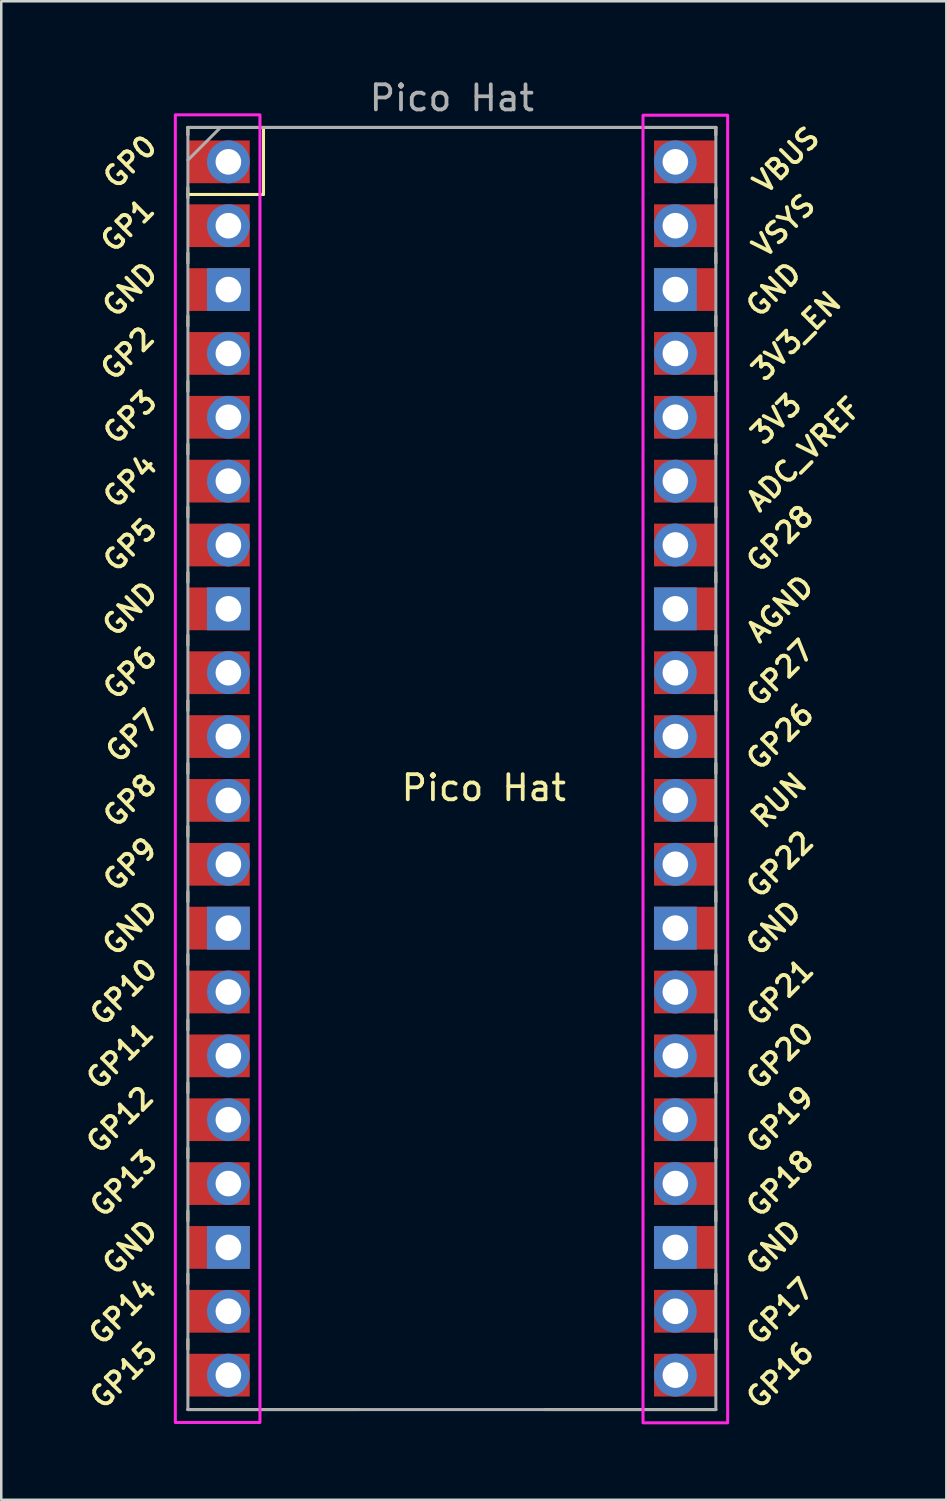
<source format=kicad_pcb>
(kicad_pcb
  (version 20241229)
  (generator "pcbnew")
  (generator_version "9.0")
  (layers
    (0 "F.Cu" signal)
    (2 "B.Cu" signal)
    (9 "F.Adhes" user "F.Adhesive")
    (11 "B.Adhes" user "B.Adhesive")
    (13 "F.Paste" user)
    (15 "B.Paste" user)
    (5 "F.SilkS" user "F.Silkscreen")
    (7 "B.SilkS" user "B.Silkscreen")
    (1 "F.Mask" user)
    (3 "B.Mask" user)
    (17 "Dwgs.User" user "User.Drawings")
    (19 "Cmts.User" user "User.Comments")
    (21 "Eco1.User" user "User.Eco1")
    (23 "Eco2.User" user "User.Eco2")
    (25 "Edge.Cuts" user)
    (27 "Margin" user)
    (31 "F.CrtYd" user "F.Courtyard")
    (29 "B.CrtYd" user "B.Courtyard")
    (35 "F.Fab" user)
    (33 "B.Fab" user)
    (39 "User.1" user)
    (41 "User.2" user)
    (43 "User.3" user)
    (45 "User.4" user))
  (footprint "Pico Hat"
    (layer "F.Cu")
    (at 16.194 28.788)
    (property "Reference" "Pico Hat" (at 0 -0.5 0) (unlocked yes) (layer "F.SilkS") (effects (font (size 1 1) (thickness 0.15))))
    (attr through_hole)
    (fp_line (start -11.77 -26.77) (end -11.77 -26.47) (stroke (width 0.12) (type solid)) (layer "F.SilkS"))
    (fp_line (start -11.77 -26.77) (end 9.23 -26.77) (stroke (width 0.12) (type solid)) (layer "F.SilkS"))
    (fp_line (start -11.77 -24.37) (end -11.77 -23.97) (stroke (width 0.12) (type solid)) (layer "F.SilkS"))
    (fp_line (start -11.77 -24.103) (end -8.763 -24.103) (stroke (width 0.12) (type solid)) (layer "F.SilkS"))
    (fp_line (start -11.77 -21.77) (end -11.77 -21.37) (stroke (width 0.12) (type solid)) (layer "F.SilkS"))
    (fp_line (start -11.77 -19.27) (end -11.77 -18.87) (stroke (width 0.12) (type solid)) (layer "F.SilkS"))
    (fp_line (start -11.77 -16.67) (end -11.77 -16.27) (stroke (width 0.12) (type solid)) (layer "F.SilkS"))
    (fp_line (start -11.77 -14.17) (end -11.77 -13.77) (stroke (width 0.12) (type solid)) (layer "F.SilkS"))
    (fp_line (start -11.77 -11.67) (end -11.77 -11.27) (stroke (width 0.12) (type solid)) (layer "F.SilkS"))
    (fp_line (start -11.77 -9.07) (end -11.77 -8.67) (stroke (width 0.12) (type solid)) (layer "F.SilkS"))
    (fp_line (start -11.77 -6.57) (end -11.77 -6.17) (stroke (width 0.12) (type solid)) (layer "F.SilkS"))
    (fp_line (start -11.77 -3.97) (end -11.77 -3.57) (stroke (width 0.12) (type solid)) (layer "F.SilkS"))
    (fp_line (start -11.77 -1.47) (end -11.77 -1.07) (stroke (width 0.12) (type solid)) (layer "F.SilkS"))
    (fp_line (start -11.77 1.03) (end -11.77 1.43) (stroke (width 0.12) (type solid)) (layer "F.SilkS"))
    (fp_line (start -11.77 3.63) (end -11.77 4.03) (stroke (width 0.12) (type solid)) (layer "F.SilkS"))
    (fp_line (start -11.77 6.13) (end -11.77 6.53) (stroke (width 0.12) (type solid)) (layer "F.SilkS"))
    (fp_line (start -11.77 8.73) (end -11.77 9.13) (stroke (width 0.12) (type solid)) (layer "F.SilkS"))
    (fp_line (start -11.77 11.23) (end -11.77 11.63) (stroke (width 0.12) (type solid)) (layer "F.SilkS"))
    (fp_line (start -11.77 13.83) (end -11.77 14.23) (stroke (width 0.12) (type solid)) (layer "F.SilkS"))
    (fp_line (start -11.77 16.33) (end -11.77 16.73) (stroke (width 0.12) (type solid)) (layer "F.SilkS"))
    (fp_line (start -11.77 18.83) (end -11.77 19.23) (stroke (width 0.12) (type solid)) (layer "F.SilkS"))
    (fp_line (start -11.77 21.43) (end -11.77 21.83) (stroke (width 0.12) (type solid)) (layer "F.SilkS"))
    (fp_line (start -8.763 -24.103) (end -8.763 -26.77) (stroke (width 0.12) (type solid)) (layer "F.SilkS"))
    (fp_line (start -4.97 24.23) (end -11.77 24.23) (stroke (width 0.12) (type solid)) (layer "F.SilkS"))
    (fp_line (start 9.23 -26.77) (end 9.23 -26.47) (stroke (width 0.12) (type solid)) (layer "F.SilkS"))
    (fp_line (start 9.23 -24.37) (end 9.23 -23.97) (stroke (width 0.12) (type solid)) (layer "F.SilkS"))
    (fp_line (start 9.23 -21.77) (end 9.23 -21.37) (stroke (width 0.12) (type solid)) (layer "F.SilkS"))
    (fp_line (start 9.23 -19.27) (end 9.23 -18.87) (stroke (width 0.12) (type solid)) (layer "F.SilkS"))
    (fp_line (start 9.23 -16.67) (end 9.23 -16.27) (stroke (width 0.12) (type solid)) (layer "F.SilkS"))
    (fp_line (start 9.23 -14.17) (end 9.23 -13.77) (stroke (width 0.12) (type solid)) (layer "F.SilkS"))
    (fp_line (start 9.23 -11.67) (end 9.23 -11.27) (stroke (width 0.12) (type solid)) (layer "F.SilkS"))
    (fp_line (start 9.23 -9.07) (end 9.23 -8.67) (stroke (width 0.12) (type solid)) (layer "F.SilkS"))
    (fp_line (start 9.23 -6.57) (end 9.23 -6.17) (stroke (width 0.12) (type solid)) (layer "F.SilkS"))
    (fp_line (start 9.23 -3.97) (end 9.23 -3.57) (stroke (width 0.12) (type solid)) (layer "F.SilkS"))
    (fp_line (start 9.23 -1.47) (end 9.23 -1.07) (stroke (width 0.12) (type solid)) (layer "F.SilkS"))
    (fp_line (start 9.23 1.03) (end 9.23 1.43) (stroke (width 0.12) (type solid)) (layer "F.SilkS"))
    (fp_line (start 9.23 3.63) (end 9.23 4.03) (stroke (width 0.12) (type solid)) (layer "F.SilkS"))
    (fp_line (start 9.23 6.13) (end 9.23 6.53) (stroke (width 0.12) (type solid)) (layer "F.SilkS"))
    (fp_line (start 9.23 8.73) (end 9.23 9.13) (stroke (width 0.12) (type solid)) (layer "F.SilkS"))
    (fp_line (start 9.23 11.23) (end 9.23 11.63) (stroke (width 0.12) (type solid)) (layer "F.SilkS"))
    (fp_line (start 9.23 13.83) (end 9.23 14.23) (stroke (width 0.12) (type solid)) (layer "F.SilkS"))
    (fp_line (start 9.23 16.33) (end 9.23 16.73) (stroke (width 0.12) (type solid)) (layer "F.SilkS"))
    (fp_line (start 9.23 18.83) (end 9.23 19.23) (stroke (width 0.12) (type solid)) (layer "F.SilkS"))
    (fp_line (start 9.23 21.43) (end 9.23 21.83) (stroke (width 0.12) (type solid)) (layer "F.SilkS"))
    (fp_line (start 9.23 24.23) (end 2.43 24.23) (stroke (width 0.12) (type solid)) (layer "F.SilkS"))
    (fp_rect (start -12.27 -27.27) (end -8.904 24.744) (stroke (width 0.12) (type solid)) (fill no) (layer "F.CrtYd"))
    (fp_rect (start 6.333 -27.256) (end 9.699 24.758) (stroke (width 0.12) (type solid)) (fill no) (layer "F.CrtYd"))
    (fp_line (start -11.77 -26.77) (end 9.23 -26.77) (stroke (width 0.12) (type solid)) (layer "F.Fab"))
    (fp_line (start -11.77 -25.47) (end -10.47 -26.77) (stroke (width 0.12) (type solid)) (layer "F.Fab"))
    (fp_line (start -11.77 24.23) (end -11.77 -26.77) (stroke (width 0.12) (type solid)) (layer "F.Fab"))
    (fp_line (start 9.23 -26.77) (end 9.23 24.23) (stroke (width 0.12) (type solid)) (layer "F.Fab"))
    (fp_line (start 9.23 24.23) (end -11.77 24.23) (stroke (width 0.12) (type solid)) (layer "F.Fab"))
    (fp_text user "GP8" (at -14.07 0 45) (layer "F.SilkS") (effects (font (size 0.8 0.8) (thickness 0.15))))
    (fp_text user "GP13" (at -14.324 15.24 45) (layer "F.SilkS") (effects (font (size 0.8 0.8) (thickness 0.15))))
    (fp_text user "GP2" (at -14.17 -17.78 45) (layer "F.SilkS") (effects (font (size 0.8 0.8) (thickness 0.15))))
    (fp_text user "GND" (at 11.53 17.78 45) (layer "F.SilkS") (effects (font (size 0.8 0.8) (thickness 0.15))))
    (fp_text user "GND" (at -14.07 5.08 45) (layer "F.SilkS") (effects (font (size 0.8 0.8) (thickness 0.15))))
    (fp_text user "GND" (at -14.07 -7.62 45) (layer "F.SilkS") (effects (font (size 0.8 0.8) (thickness 0.15))))
    (fp_text user "GND" (at 11.53 5.08 45) (layer "F.SilkS") (effects (font (size 0.8 0.8) (thickness 0.15))))
    (fp_text user "GP5" (at -14.07 -10.16 45) (layer "F.SilkS") (effects (font (size 0.8 0.8) (thickness 0.15))))
    (fp_text user "GP1" (at -14.17 -22.87 45) (layer "F.SilkS") (effects (font (size 0.8 0.8) (thickness 0.15))))
    (fp_text user "GP26" (at 11.784 -2.54 45) (layer "F.SilkS") (effects (font (size 0.8 0.8) (thickness 0.15))))
    (fp_text user "VBUS" (at 12.03 -25.47 45) (layer "F.SilkS") (effects (font (size 0.8 0.8) (thickness 0.15))))
    (fp_text user "GND" (at 11.53 -20.32 45) (layer "F.SilkS") (effects (font (size 0.8 0.8) (thickness 0.15))))
    (fp_text user "GP12" (at -14.47 12.7 45) (layer "F.SilkS") (effects (font (size 0.8 0.8) (thickness 0.15))))
    (fp_text user "RUN" (at 11.73 0 45) (layer "F.SilkS") (effects (font (size 0.8 0.8) (thickness 0.15))))
    (fp_text user "GP3" (at -14.07 -15.24 45) (layer "F.SilkS") (effects (font (size 0.8 0.8) (thickness 0.15))))
    (fp_text user "GP27" (at 11.784 -5.07 45) (layer "F.SilkS") (effects (font (size 0.8 0.8) (thickness 0.15))))
    (fp_text user "3V3" (at 11.63 -15.17 45) (layer "F.SilkS") (effects (font (size 0.8 0.8) (thickness 0.15))))
    (fp_text user "GP17" (at 11.784 20.32 45) (layer "F.SilkS") (effects (font (size 0.8 0.8) (thickness 0.15))))
    (fp_text user "GP21" (at 11.784 7.63 45) (layer "F.SilkS") (effects (font (size 0.8 0.8) (thickness 0.15))))
    (fp_text user "GP14" (at -14.37 20.32 45) (layer "F.SilkS") (effects (font (size 0.8 0.8) (thickness 0.15))))
    (fp_text user "GP22" (at 11.784 2.54 45) (layer "F.SilkS") (effects (font (size 0.8 0.8) (thickness 0.15))))
    (fp_text user "GND" (at -14.07 17.78 45) (layer "F.SilkS") (effects (font (size 0.8 0.8) (thickness 0.15))))
    (fp_text user "3V3_EN" (at 12.43 -18.47 45) (layer "F.SilkS") (effects (font (size 0.8 0.8) (thickness 0.15))))
    (fp_text user "GP15" (at -14.324 22.86 45) (layer "F.SilkS") (effects (font (size 0.8 0.8) (thickness 0.15))))
    (fp_text user "GP20" (at 11.784 10.16 45) (layer "F.SilkS") (effects (font (size 0.8 0.8) (thickness 0.15))))
    (fp_text user "GP19" (at 11.784 12.7 45) (layer "F.SilkS") (effects (font (size 0.8 0.8) (thickness 0.15))))
    (fp_text user "GP0" (at -14.07 -25.4 45) (layer "F.SilkS") (effects (font (size 0.8 0.8) (thickness 0.15))))
    (fp_text user "GP7" (at -13.97 -2.57 45) (layer "F.SilkS") (effects (font (size 0.8 0.8) (thickness 0.15))))
    (fp_text user "GP10" (at -14.324 7.62 45) (layer "F.SilkS") (effects (font (size 0.8 0.8) (thickness 0.15))))
    (fp_text user "ADC_VREF" (at 12.73 -13.77 45) (layer "F.SilkS") (effects (font (size 0.8 0.8) (thickness 0.15))))
    (fp_text user "GP4" (at -14.07 -12.7 45) (layer "F.SilkS") (effects (font (size 0.8 0.8) (thickness 0.15))))
    (fp_text user "GP9" (at -14.07 2.54 45) (layer "F.SilkS") (effects (font (size 0.8 0.8) (thickness 0.15))))
    (fp_text user "GP11" (at -14.47 10.16 45) (layer "F.SilkS") (effects (font (size 0.8 0.8) (thickness 0.15))))
    (fp_text user "GND" (at -14.07 -20.32 45) (layer "F.SilkS") (effects (font (size 0.8 0.8) (thickness 0.15))))
    (fp_text user "GP6" (at -14.07 -5.08 45) (layer "F.SilkS") (effects (font (size 0.8 0.8) (thickness 0.15))))
    (fp_text user "GP16" (at 11.784 22.86 45) (layer "F.SilkS") (effects (font (size 0.8 0.8) (thickness 0.15))))
    (fp_text user "VSYS" (at 11.93 -22.86 45) (layer "F.SilkS") (effects (font (size 0.8 0.8) (thickness 0.15))))
    (fp_text user "AGND" (at 11.784 -7.62 45) (layer "F.SilkS") (effects (font (size 0.8 0.8) (thickness 0.15))))
    (fp_text user "GP18" (at 11.784 15.24 45) (layer "F.SilkS") (effects (font (size 0.8 0.8) (thickness 0.15))))
    (fp_text user "GP28" (at 11.784 -10.414 45) (layer "F.SilkS") (effects (font (size 0.8 0.8) (thickness 0.15))))
    (fp_text user "${REFERENCE}" (at -1.27 -27.94 180) (layer "F.Fab") (effects (font (size 1 1) (thickness 0.15))))
    (pad "1" thru_hole oval (at -10.16 -25.4) (size 1.7 1.7) (drill 1.02) (layers "*.Cu" "*.Mask"))
    (pad "1" smd rect (at -10.16 -25.4) (size 2.5 1.7) (drill (offset -0.4 0.000033)) (layers "F.Cu" "F.Mask"))
    (pad "2" thru_hole oval (at -10.16 -22.86) (size 1.7 1.7) (drill 1.02) (layers "*.Cu" "*.Mask"))
    (pad "2" smd rect (at -10.16 -22.86) (size 2.5 1.7) (drill (offset -0.4 0)) (layers "F.Cu" "F.Mask"))
    (pad "3" thru_hole rect (at -10.16 -20.32) (size 1.7 1.7) (drill 1.02) (layers "*.Cu" "*.Mask"))
    (pad "3" smd rect (at -10.16 -20.32) (size 2.5 1.7) (drill (offset -0.4 0)) (layers "F.Cu" "F.Mask"))
    (pad "4" thru_hole oval (at -10.16 -17.78) (size 1.7 1.7) (drill 1.02) (layers "*.Cu" "*.Mask"))
    (pad "4" smd rect (at -10.16 -17.78) (size 2.5 1.7) (drill (offset -0.4 0)) (layers "F.Cu" "F.Mask"))
    (pad "5" thru_hole oval (at -10.16 -15.24) (size 1.7 1.7) (drill 1.02) (layers "*.Cu" "*.Mask"))
    (pad "5" smd rect (at -10.16 -15.24) (size 2.5 1.7) (drill (offset -0.4 0)) (layers "F.Cu" "F.Mask"))
    (pad "6" thru_hole oval (at -10.16 -12.7) (size 1.7 1.7) (drill 1.02) (layers "*.Cu" "*.Mask"))
    (pad "6" smd rect (at -10.16 -12.7) (size 2.5 1.7) (drill (offset -0.4 0)) (layers "F.Cu" "F.Mask"))
    (pad "7" thru_hole oval (at -10.16 -10.16) (size 1.7 1.7) (drill 1.02) (layers "*.Cu" "*.Mask"))
    (pad "7" smd rect (at -10.16 -10.16) (size 2.5 1.7) (drill (offset -0.4 0)) (layers "F.Cu" "F.Mask"))
    (pad "8" thru_hole rect (at -10.16 -7.62) (size 1.7 1.7) (drill 1.02) (layers "*.Cu" "*.Mask"))
    (pad "8" smd rect (at -10.16 -7.62) (size 2.5 1.7) (drill (offset -0.4 0)) (layers "F.Cu" "F.Mask"))
    (pad "9" thru_hole oval (at -10.16 -5.08) (size 1.7 1.7) (drill 1.02) (layers "*.Cu" "*.Mask"))
    (pad "9" smd rect (at -10.16 -5.08) (size 2.5 1.7) (drill (offset -0.4 0)) (layers "F.Cu" "F.Mask"))
    (pad "10" thru_hole oval (at -10.16 -2.54) (size 1.7 1.7) (drill 1.02) (layers "*.Cu" "*.Mask"))
    (pad "10" smd rect (at -10.16 -2.54) (size 2.5 1.7) (drill (offset -0.4 0)) (layers "F.Cu" "F.Mask"))
    (pad "11" thru_hole oval (at -10.16 0) (size 1.7 1.7) (drill 1.02) (layers "*.Cu" "*.Mask"))
    (pad "11" smd rect (at -10.16 0) (size 2.5 1.7) (drill (offset -0.4 0)) (layers "F.Cu" "F.Mask"))
    (pad "12" thru_hole oval (at -10.16 2.54) (size 1.7 1.7) (drill 1.02) (layers "*.Cu" "*.Mask"))
    (pad "12" smd rect (at -10.16 2.54) (size 2.5 1.7) (drill (offset -0.4 0)) (layers "F.Cu" "F.Mask"))
    (pad "13" thru_hole rect (at -10.16 5.08) (size 1.7 1.7) (drill 1.02) (layers "*.Cu" "*.Mask"))
    (pad "13" smd rect (at -10.16 5.08) (size 2.5 1.7) (drill (offset -0.4 0)) (layers "F.Cu" "F.Mask"))
    (pad "14" thru_hole oval (at -10.16 7.62) (size 1.7 1.7) (drill 1.02) (layers "*.Cu" "*.Mask"))
    (pad "14" smd rect (at -10.16 7.62) (size 2.5 1.7) (drill (offset -0.4 0)) (layers "F.Cu" "F.Mask"))
    (pad "15" thru_hole oval (at -10.16 10.16) (size 1.7 1.7) (drill 1.02) (layers "*.Cu" "*.Mask"))
    (pad "15" smd rect (at -10.16 10.16) (size 2.5 1.7) (drill (offset -0.4 0)) (layers "F.Cu" "F.Mask"))
    (pad "16" thru_hole oval (at -10.16 12.7) (size 1.7 1.7) (drill 1.02) (layers "*.Cu" "*.Mask"))
    (pad "16" smd rect (at -10.16 12.7) (size 2.5 1.7) (drill (offset -0.4 0)) (layers "F.Cu" "F.Mask"))
    (pad "17" thru_hole oval (at -10.16 15.24) (size 1.7 1.7) (drill 1.02) (layers "*.Cu" "*.Mask"))
    (pad "17" smd rect (at -10.16 15.24) (size 2.5 1.7) (drill (offset -0.4 0)) (layers "F.Cu" "F.Mask"))
    (pad "18" thru_hole rect (at -10.16 17.78) (size 1.7 1.7) (drill 1.02) (layers "*.Cu" "*.Mask"))
    (pad "18" smd rect (at -10.16 17.78) (size 2.5 1.7) (drill (offset -0.4 0)) (layers "F.Cu" "F.Mask"))
    (pad "19" thru_hole oval (at -10.16 20.32) (size 1.7 1.7) (drill 1.02) (layers "*.Cu" "*.Mask"))
    (pad "19" smd rect (at -10.16 20.32) (size 2.5 1.7) (drill (offset -0.4 0)) (layers "F.Cu" "F.Mask"))
    (pad "20" thru_hole oval (at -10.16 22.86) (size 1.7 1.7) (drill 1.02) (layers "*.Cu" "*.Mask"))
    (pad "20" smd rect (at -10.16 22.86) (size 2.5 1.7) (drill (offset -0.4 0)) (layers "F.Cu" "F.Mask"))
    (pad "21" thru_hole oval (at 7.62 22.86) (size 1.7 1.7) (drill 1.02) (layers "*.Cu" "*.Mask"))
    (pad "21" smd rect (at 7.62 22.86) (size 2.5 1.7) (drill (offset 0.4 0)) (layers "F.Cu" "F.Mask"))
    (pad "22" thru_hole oval (at 7.62 20.32) (size 1.7 1.7) (drill 1.02) (layers "*.Cu" "*.Mask"))
    (pad "22" smd rect (at 7.62 20.32) (size 2.5 1.7) (drill (offset 0.4 0)) (layers "F.Cu" "F.Mask"))
    (pad "23" thru_hole rect (at 7.62 17.78) (size 1.7 1.7) (drill 1.02) (layers "*.Cu" "*.Mask"))
    (pad "23" smd rect (at 7.62 17.78) (size 2.5 1.7) (drill (offset 0.4 0)) (layers "F.Cu" "F.Mask"))
    (pad "24" thru_hole oval (at 7.62 15.24) (size 1.7 1.7) (drill 1.02) (layers "*.Cu" "*.Mask"))
    (pad "24" smd rect (at 7.62 15.24) (size 2.5 1.7) (drill (offset 0.4 0)) (layers "F.Cu" "F.Mask"))
    (pad "25" thru_hole oval (at 7.62 12.7) (size 1.7 1.7) (drill 1.02) (layers "*.Cu" "*.Mask"))
    (pad "25" smd rect (at 7.62 12.7) (size 2.5 1.7) (drill (offset 0.4 0)) (layers "F.Cu" "F.Mask"))
    (pad "26" thru_hole oval (at 7.62 10.16) (size 1.7 1.7) (drill 1.02) (layers "*.Cu" "*.Mask"))
    (pad "26" smd rect (at 7.62 10.16) (size 2.5 1.7) (drill (offset 0.4 0)) (layers "F.Cu" "F.Mask"))
    (pad "27" thru_hole oval (at 7.62 7.62) (size 1.7 1.7) (drill 1.02) (layers "*.Cu" "*.Mask"))
    (pad "27" smd rect (at 7.62 7.62) (size 2.5 1.7) (drill (offset 0.4 0)) (layers "F.Cu" "F.Mask"))
    (pad "28" thru_hole rect (at 7.62 5.08) (size 1.7 1.7) (drill 1.02) (layers "*.Cu" "*.Mask"))
    (pad "28" smd rect (at 7.62 5.08) (size 2.5 1.7) (drill (offset 0.4 0)) (layers "F.Cu" "F.Mask"))
    (pad "29" thru_hole oval (at 7.62 2.54) (size 1.7 1.7) (drill 1.02) (layers "*.Cu" "*.Mask"))
    (pad "29" smd rect (at 7.62 2.54) (size 2.5 1.7) (drill (offset 0.4 0)) (layers "F.Cu" "F.Mask"))
    (pad "30" thru_hole oval (at 7.62 0) (size 1.7 1.7) (drill 1.02) (layers "*.Cu" "*.Mask"))
    (pad "30" smd rect (at 7.62 0) (size 2.5 1.7) (drill (offset 0.4 0)) (layers "F.Cu" "F.Mask"))
    (pad "31" thru_hole oval (at 7.62 -2.54) (size 1.7 1.7) (drill 1.02) (layers "*.Cu" "*.Mask"))
    (pad "31" smd rect (at 7.62 -2.54) (size 2.5 1.7) (drill (offset 0.4 0)) (layers "F.Cu" "F.Mask"))
    (pad "32" thru_hole oval (at 7.62 -5.08) (size 1.7 1.7) (drill 1.02) (layers "*.Cu" "*.Mask"))
    (pad "32" smd rect (at 7.62 -5.08) (size 2.5 1.7) (drill (offset 0.4 0)) (layers "F.Cu" "F.Mask"))
    (pad "33" thru_hole rect (at 7.62 -7.62) (size 1.7 1.7) (drill 1.02) (layers "*.Cu" "*.Mask"))
    (pad "33" smd rect (at 7.62 -7.62) (size 2.5 1.7) (drill (offset 0.4 0)) (layers "F.Cu" "F.Mask"))
    (pad "34" thru_hole oval (at 7.62 -10.16) (size 1.7 1.7) (drill 1.02) (layers "*.Cu" "*.Mask"))
    (pad "34" smd rect (at 7.62 -10.16) (size 2.5 1.7) (drill (offset 0.4 0)) (layers "F.Cu" "F.Mask"))
    (pad "35" thru_hole oval (at 7.62 -12.7) (size 1.7 1.7) (drill 1.02) (layers "*.Cu" "*.Mask"))
    (pad "35" smd rect (at 7.62 -12.7) (size 2.5 1.7) (drill (offset 0.4 0)) (layers "F.Cu" "F.Mask"))
    (pad "36" thru_hole oval (at 7.62 -15.24) (size 1.7 1.7) (drill 1.02) (layers "*.Cu" "*.Mask"))
    (pad "36" smd rect (at 7.62 -15.24) (size 2.5 1.7) (drill (offset 0.4 0)) (layers "F.Cu" "F.Mask"))
    (pad "37" thru_hole oval (at 7.62 -17.78) (size 1.7 1.7) (drill 1.02) (layers "*.Cu" "*.Mask"))
    (pad "37" smd rect (at 7.62 -17.78) (size 2.5 1.7) (drill (offset 0.4 0)) (layers "F.Cu" "F.Mask"))
    (pad "38" thru_hole rect (at 7.62 -20.32) (size 1.7 1.7) (drill 1.02) (layers "*.Cu" "*.Mask"))
    (pad "38" smd rect (at 7.62 -20.32) (size 2.5 1.7) (drill (offset 0.4 0)) (layers "F.Cu" "F.Mask"))
    (pad "39" thru_hole oval (at 7.62 -22.86) (size 1.7 1.7) (drill 1.02) (layers "*.Cu" "*.Mask"))
    (pad "39" smd rect (at 7.62 -22.86) (size 2.5 1.7) (drill (offset 0.4 0)) (layers "F.Cu" "F.Mask"))
    (pad "40" thru_hole oval (at 7.62 -25.4) (size 1.7 1.7) (drill 1.02) (layers "*.Cu" "*.Mask"))
    (pad "40" smd rect (at 7.62 -25.4) (size 2.5 1.7) (drill (offset 0.4 0)) (layers "F.Cu" "F.Mask")))
  (gr_rect
    (start -3 -3)
    (end 34.591 56.606)
    (stroke (width 0.1) (type default))
    (fill no)
    (layer "Edge.Cuts")))
</source>
